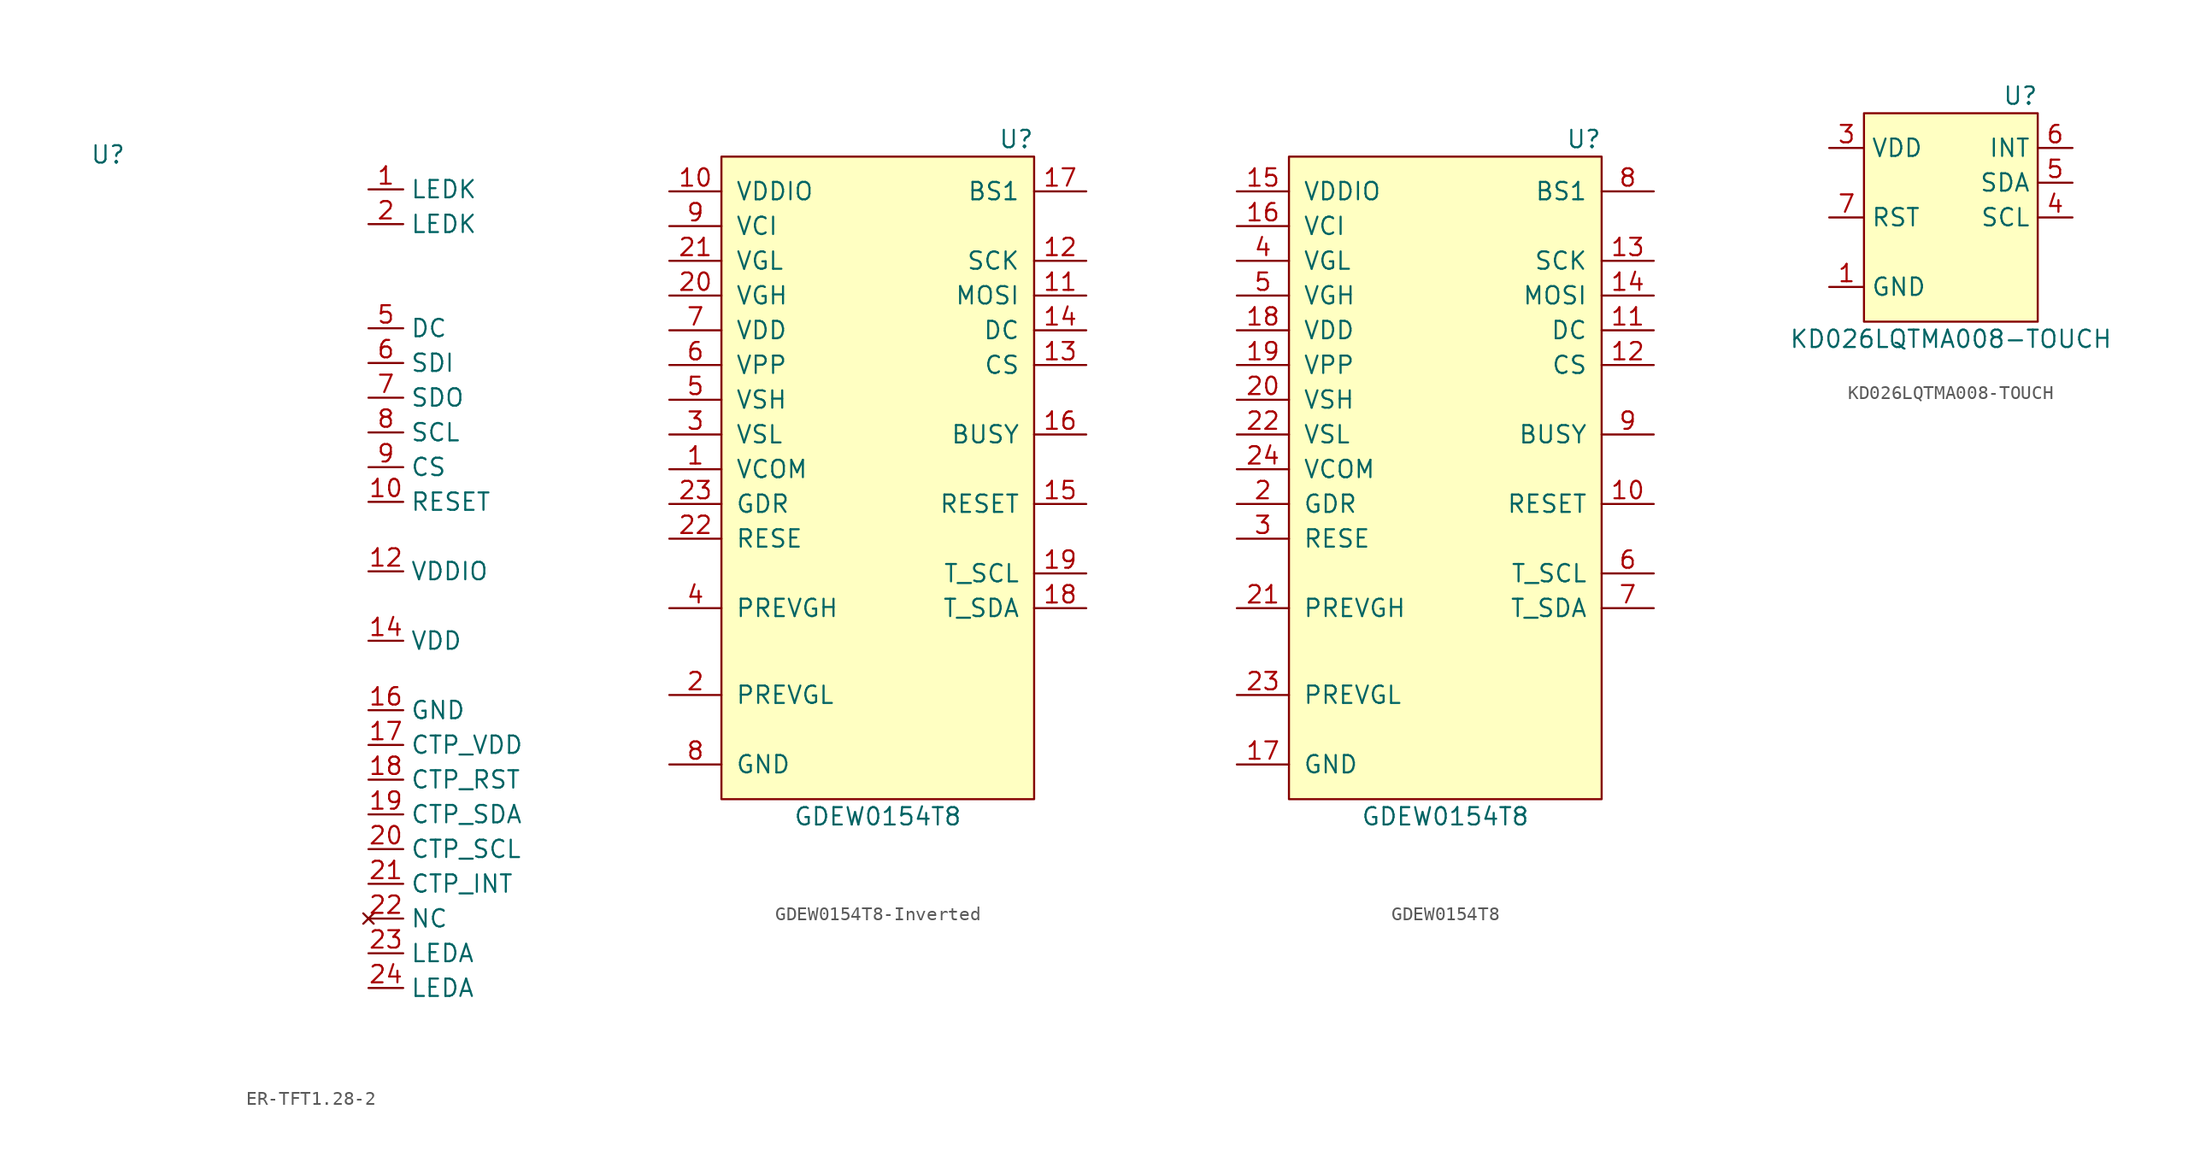
<source format=kicad_sym>
(kicad_symbol_lib
  (version 20220914)
  (generator kicad_symbol_editor)
  (symbol "ER-TFT1.28-2"
    (property "Reference" "U"
      (at -19.05 2.54 0)
      (effects (font (size 1.27 1.27))))
    (property "Value" ""
      (at 0 0 0)
      (effects (font (size 1.27 1.27))))
    (symbol "ER-TFT1.28-2_0_0"
      (pin unspecified line (at 0 0 0) (length 2.54) (name "LEDK" (effects (font (size 1.27 1.27)))) (number "1" (effects (font (size 1.27 1.27)))))
      (pin unspecified line (at 0 -22.86 0) (length 2.54) (name "RESET" (effects (font (size 1.27 1.27)))) (number "10" (effects (font (size 1.27 1.27)))))
      (pin passive line (at 0 -25.4 0) (length 2.54) hide (name "VDDIO" (effects (font (size 1.27 1.27)))) (number "11" (effects (font (size 1.27 1.27)))))
      (pin power_in line (at 0 -27.94 0) (length 2.54) (name "VDDIO" (effects (font (size 1.27 1.27)))) (number "12" (effects (font (size 1.27 1.27)))))
      (pin passive line (at 0 -30.48 0) (length 2.54) hide (name "VDD" (effects (font (size 1.27 1.27)))) (number "13" (effects (font (size 1.27 1.27)))))
      (pin power_in line (at 0 -33.02 0) (length 2.54) (name "VDD" (effects (font (size 1.27 1.27)))) (number "14" (effects (font (size 1.27 1.27)))))
      (pin passive line (at 0 -35.56 0) (length 2.54) hide (name "GND" (effects (font (size 1.27 1.27)))) (number "15" (effects (font (size 1.27 1.27)))))
      (pin power_in line (at 0 -38.1 0) (length 2.54) (name "GND" (effects (font (size 1.27 1.27)))) (number "16" (effects (font (size 1.27 1.27)))))
      (pin power_in line (at 0 -40.64 0) (length 2.54) (name "CTP_VDD" (effects (font (size 1.27 1.27)))) (number "17" (effects (font (size 1.27 1.27)))))
      (pin unspecified line (at 0 -43.18 0) (length 2.54) (name "CTP_RST" (effects (font (size 1.27 1.27)))) (number "18" (effects (font (size 1.27 1.27)))))
      (pin unspecified line (at 0 -45.72 0) (length 2.54) (name "CTP_SDA" (effects (font (size 1.27 1.27)))) (number "19" (effects (font (size 1.27 1.27)))))
      (pin unspecified line (at 0 -2.54 0) (length 2.54) (name "LEDK" (effects (font (size 1.27 1.27)))) (number "2" (effects (font (size 1.27 1.27)))))
      (pin unspecified line (at 0 -48.26 0) (length 2.54) (name "CTP_SCL" (effects (font (size 1.27 1.27)))) (number "20" (effects (font (size 1.27 1.27)))))
      (pin unspecified line (at 0 -50.8 0) (length 2.54) (name "CTP_INT" (effects (font (size 1.27 1.27)))) (number "21" (effects (font (size 1.27 1.27)))))
      (pin no_connect line (at 0 -53.34 0) (length 2.54) (name "NC" (effects (font (size 1.27 1.27)))) (number "22" (effects (font (size 1.27 1.27)))))
      (pin unspecified line (at 0 -55.88 0) (length 2.54) (name "LEDA" (effects (font (size 1.27 1.27)))) (number "23" (effects (font (size 1.27 1.27)))))
      (pin unspecified line (at 0 -58.42 0) (length 2.54) (name "LEDA" (effects (font (size 1.27 1.27)))) (number "24" (effects (font (size 1.27 1.27)))))
      (pin passive line (at 0 -5.08 0) (length 2.54) hide (name "GND" (effects (font (size 1.27 1.27)))) (number "3" (effects (font (size 1.27 1.27)))))
      (pin passive line (at 0 -7.62 0) (length 2.54) hide (name "GND" (effects (font (size 1.27 1.27)))) (number "4" (effects (font (size 1.27 1.27)))))
      (pin unspecified line (at 0 -10.16 0) (length 2.54) (name "DC" (effects (font (size 1.27 1.27)))) (number "5" (effects (font (size 1.27 1.27)))))
      (pin unspecified line (at 0 -12.7 0) (length 2.54) (name "SDI" (effects (font (size 1.27 1.27)))) (number "6" (effects (font (size 1.27 1.27)))))
      (pin unspecified line (at 0 -15.24 0) (length 2.54) (name "SDO" (effects (font (size 1.27 1.27)))) (number "7" (effects (font (size 1.27 1.27)))))
      (pin unspecified line (at 0 -17.78 0) (length 2.54) (name "SCL" (effects (font (size 1.27 1.27)))) (number "8" (effects (font (size 1.27 1.27)))))
      (pin unspecified line (at 0 -20.32 0) (length 2.54) (name "CS" (effects (font (size 1.27 1.27)))) (number "9" (effects (font (size 1.27 1.27)))))))
  (symbol "GDEW0154T8-Inverted"
    (pin_names
      (offset 1.016))
    (property "Reference" "U"
      (at 11.43 26.67 0)
      (effects (font (size 1.27 1.27)) (justify right)))
    (property "Value" "GDEW0154T8"
      (at 0 -22.86 0)
      (effects (font (size 1.27 1.27))))
    (symbol "GDEW0154T8-Inverted_0_1"
      (rectangle (start -11.43 25.4) (end 11.43 -21.59) (stroke (width 0) (type default)) (fill (type background))))
    (symbol "GDEW0154T8-Inverted_1_1"
      (pin power_out line (at -15.24 2.54 0) (length 3.81) (name "VCOM" (effects (font (size 1.27 1.27)))) (number "1" (effects (font (size 1.27 1.27)))))
      (pin power_in line (at -15.24 22.86 0) (length 3.81) (name "VDDIO" (effects (font (size 1.27 1.27)))) (number "10" (effects (font (size 1.27 1.27)))))
      (pin bidirectional line (at 15.24 15.24 180) (length 3.81) (name "MOSI" (effects (font (size 1.27 1.27)))) (number "11" (effects (font (size 1.27 1.27)))))
      (pin bidirectional line (at 15.24 17.78 180) (length 3.81) (name "SCK" (effects (font (size 1.27 1.27)))) (number "12" (effects (font (size 1.27 1.27)))))
      (pin input line (at 15.24 10.16 180) (length 3.81) (name "CS" (effects (font (size 1.27 1.27)))) (number "13" (effects (font (size 1.27 1.27)))))
      (pin input line (at 15.24 12.7 180) (length 3.81) (name "DC" (effects (font (size 1.27 1.27)))) (number "14" (effects (font (size 1.27 1.27)))))
      (pin input line (at 15.24 0 180) (length 3.81) (name "RESET" (effects (font (size 1.27 1.27)))) (number "15" (effects (font (size 1.27 1.27)))))
      (pin output line (at 15.24 5.08 180) (length 3.81) (name "BUSY" (effects (font (size 1.27 1.27)))) (number "16" (effects (font (size 1.27 1.27)))))
      (pin input line (at 15.24 22.86 180) (length 3.81) (name "BS1" (effects (font (size 1.27 1.27)))) (number "17" (effects (font (size 1.27 1.27)))))
      (pin bidirectional line (at 15.24 -7.62 180) (length 3.81) (name "T_SDA" (effects (font (size 1.27 1.27)))) (number "18" (effects (font (size 1.27 1.27)))))
      (pin output line (at 15.24 -5.08 180) (length 3.81) (name "T_SCL" (effects (font (size 1.27 1.27)))) (number "19" (effects (font (size 1.27 1.27)))))
      (pin power_in line (at -15.24 -13.97 0) (length 3.81) (name "PREVGL" (effects (font (size 1.27 1.27)))) (number "2" (effects (font (size 1.27 1.27)))))
      (pin power_out line (at -15.24 15.24 0) (length 3.81) (name "VGH" (effects (font (size 1.27 1.27)))) (number "20" (effects (font (size 1.27 1.27)))))
      (pin power_out line (at -15.24 17.78 0) (length 3.81) (name "VGL" (effects (font (size 1.27 1.27)))) (number "21" (effects (font (size 1.27 1.27)))))
      (pin output line (at -15.24 -2.54 0) (length 3.81) (name "RESE" (effects (font (size 1.27 1.27)))) (number "22" (effects (font (size 1.27 1.27)))))
      (pin output line (at -15.24 0 0) (length 3.81) (name "GDR" (effects (font (size 1.27 1.27)))) (number "23" (effects (font (size 1.27 1.27)))))
      (pin power_out line (at -15.24 5.08 0) (length 3.81) (name "VSL" (effects (font (size 1.27 1.27)))) (number "3" (effects (font (size 1.27 1.27)))))
      (pin power_in line (at -15.24 -7.62 0) (length 3.81) (name "PREVGH" (effects (font (size 1.27 1.27)))) (number "4" (effects (font (size 1.27 1.27)))))
      (pin power_out line (at -15.24 7.62 0) (length 3.81) (name "VSH" (effects (font (size 1.27 1.27)))) (number "5" (effects (font (size 1.27 1.27)))))
      (pin power_out line (at -15.24 10.16 0) (length 3.81) (name "VPP" (effects (font (size 1.27 1.27)))) (number "6" (effects (font (size 1.27 1.27)))))
      (pin power_out line (at -15.24 12.7 0) (length 3.81) (name "VDD" (effects (font (size 1.27 1.27)))) (number "7" (effects (font (size 1.27 1.27)))))
      (pin power_in line (at -15.24 -19.05 0) (length 3.81) (name "GND" (effects (font (size 1.27 1.27)))) (number "8" (effects (font (size 1.27 1.27)))))
      (pin power_in line (at -15.24 20.32 0) (length 3.81) (name "VCI" (effects (font (size 1.27 1.27)))) (number "9" (effects (font (size 1.27 1.27)))))))
  (symbol "GDEW0154T8"
    (pin_names
      (offset 1.016))
    (property "Reference" "U"
      (at 11.43 26.67 0)
      (effects (font (size 1.27 1.27)) (justify right)))
    (property "Value" "GDEW0154T8"
      (at 0 -22.86 0)
      (effects (font (size 1.27 1.27))))
    (symbol "GDEW0154T8_0_1"
      (rectangle (start -11.43 25.4) (end 11.43 -21.59) (stroke (width 0) (type default)) (fill (type background))))
    (symbol "GDEW0154T8_1_1"
      (pin input line (at 15.24 0 180) (length 3.81) (name "RESET" (effects (font (size 1.27 1.27)))) (number "10" (effects (font (size 1.27 1.27)))))
      (pin input line (at 15.24 12.7 180) (length 3.81) (name "DC" (effects (font (size 1.27 1.27)))) (number "11" (effects (font (size 1.27 1.27)))))
      (pin input line (at 15.24 10.16 180) (length 3.81) (name "CS" (effects (font (size 1.27 1.27)))) (number "12" (effects (font (size 1.27 1.27)))))
      (pin bidirectional line (at 15.24 17.78 180) (length 3.81) (name "SCK" (effects (font (size 1.27 1.27)))) (number "13" (effects (font (size 1.27 1.27)))))
      (pin bidirectional line (at 15.24 15.24 180) (length 3.81) (name "MOSI" (effects (font (size 1.27 1.27)))) (number "14" (effects (font (size 1.27 1.27)))))
      (pin power_in line (at -15.24 22.86 0) (length 3.81) (name "VDDIO" (effects (font (size 1.27 1.27)))) (number "15" (effects (font (size 1.27 1.27)))))
      (pin power_in line (at -15.24 20.32 0) (length 3.81) (name "VCI" (effects (font (size 1.27 1.27)))) (number "16" (effects (font (size 1.27 1.27)))))
      (pin power_in line (at -15.24 -19.05 0) (length 3.81) (name "GND" (effects (font (size 1.27 1.27)))) (number "17" (effects (font (size 1.27 1.27)))))
      (pin power_out line (at -15.24 12.7 0) (length 3.81) (name "VDD" (effects (font (size 1.27 1.27)))) (number "18" (effects (font (size 1.27 1.27)))))
      (pin power_out line (at -15.24 10.16 0) (length 3.81) (name "VPP" (effects (font (size 1.27 1.27)))) (number "19" (effects (font (size 1.27 1.27)))))
      (pin output line (at -15.24 0 0) (length 3.81) (name "GDR" (effects (font (size 1.27 1.27)))) (number "2" (effects (font (size 1.27 1.27)))))
      (pin power_out line (at -15.24 7.62 0) (length 3.81) (name "VSH" (effects (font (size 1.27 1.27)))) (number "20" (effects (font (size 1.27 1.27)))))
      (pin power_in line (at -15.24 -7.62 0) (length 3.81) (name "PREVGH" (effects (font (size 1.27 1.27)))) (number "21" (effects (font (size 1.27 1.27)))))
      (pin power_out line (at -15.24 5.08 0) (length 3.81) (name "VSL" (effects (font (size 1.27 1.27)))) (number "22" (effects (font (size 1.27 1.27)))))
      (pin power_in line (at -15.24 -13.97 0) (length 3.81) (name "PREVGL" (effects (font (size 1.27 1.27)))) (number "23" (effects (font (size 1.27 1.27)))))
      (pin power_out line (at -15.24 2.54 0) (length 3.81) (name "VCOM" (effects (font (size 1.27 1.27)))) (number "24" (effects (font (size 1.27 1.27)))))
      (pin output line (at -15.24 -2.54 0) (length 3.81) (name "RESE" (effects (font (size 1.27 1.27)))) (number "3" (effects (font (size 1.27 1.27)))))
      (pin power_out line (at -15.24 17.78 0) (length 3.81) (name "VGL" (effects (font (size 1.27 1.27)))) (number "4" (effects (font (size 1.27 1.27)))))
      (pin power_out line (at -15.24 15.24 0) (length 3.81) (name "VGH" (effects (font (size 1.27 1.27)))) (number "5" (effects (font (size 1.27 1.27)))))
      (pin output line (at 15.24 -5.08 180) (length 3.81) (name "T_SCL" (effects (font (size 1.27 1.27)))) (number "6" (effects (font (size 1.27 1.27)))))
      (pin bidirectional line (at 15.24 -7.62 180) (length 3.81) (name "T_SDA" (effects (font (size 1.27 1.27)))) (number "7" (effects (font (size 1.27 1.27)))))
      (pin input line (at 15.24 22.86 180) (length 3.81) (name "BS1" (effects (font (size 1.27 1.27)))) (number "8" (effects (font (size 1.27 1.27)))))
      (pin output line (at 15.24 5.08 180) (length 3.81) (name "BUSY" (effects (font (size 1.27 1.27)))) (number "9" (effects (font (size 1.27 1.27)))))))
  (symbol "KD026LQTMA008-TOUCH"
    (property "Reference" "U"
      (at 5.08 8.89 0)
      (effects (font (size 1.27 1.27))))
    (property "Value" "KD026LQTMA008-TOUCH"
      (at 0 -8.89 0)
      (effects (font (size 1.27 1.27))))
    (symbol "KD026LQTMA008-TOUCH_0_0"
      (pin power_in line (at -8.89 -5.08 0) (length 2.54) (name "GND" (effects (font (size 1.27 1.27)))) (number "1" (effects (font (size 1.27 1.27)))))
      (pin passive line (at -8.89 5.08 0) (length 2.54) hide (name "VDD" (effects (font (size 1.27 1.27)))) (number "2" (effects (font (size 1.27 1.27)))))
      (pin power_in line (at -8.89 5.08 0) (length 2.54) (name "VDD" (effects (font (size 1.27 1.27)))) (number "3" (effects (font (size 1.27 1.27)))))
      (pin input line (at 8.89 0 180) (length 2.54) (name "SCL" (effects (font (size 1.27 1.27)))) (number "4" (effects (font (size 1.27 1.27)))))
      (pin bidirectional line (at 8.89 2.54 180) (length 2.54) (name "SDA" (effects (font (size 1.27 1.27)))) (number "5" (effects (font (size 1.27 1.27)))))
      (pin output line (at 8.89 5.08 180) (length 2.54) (name "INT" (effects (font (size 1.27 1.27)))) (number "6" (effects (font (size 1.27 1.27)))))
      (pin input line (at -8.89 0 0) (length 2.54) (name "RST" (effects (font (size 1.27 1.27)))) (number "7" (effects (font (size 1.27 1.27)))))
      (pin passive line (at -8.89 -5.08 0) (length 2.54) hide (name "GND" (effects (font (size 1.27 1.27)))) (number "8" (effects (font (size 1.27 1.27))))))
    (symbol "KD026LQTMA008-TOUCH_0_1"
      (rectangle (start -6.35 7.62) (end 6.35 -7.62) (stroke (width 0.152) (type default)) (fill (type background))))))
</source>
